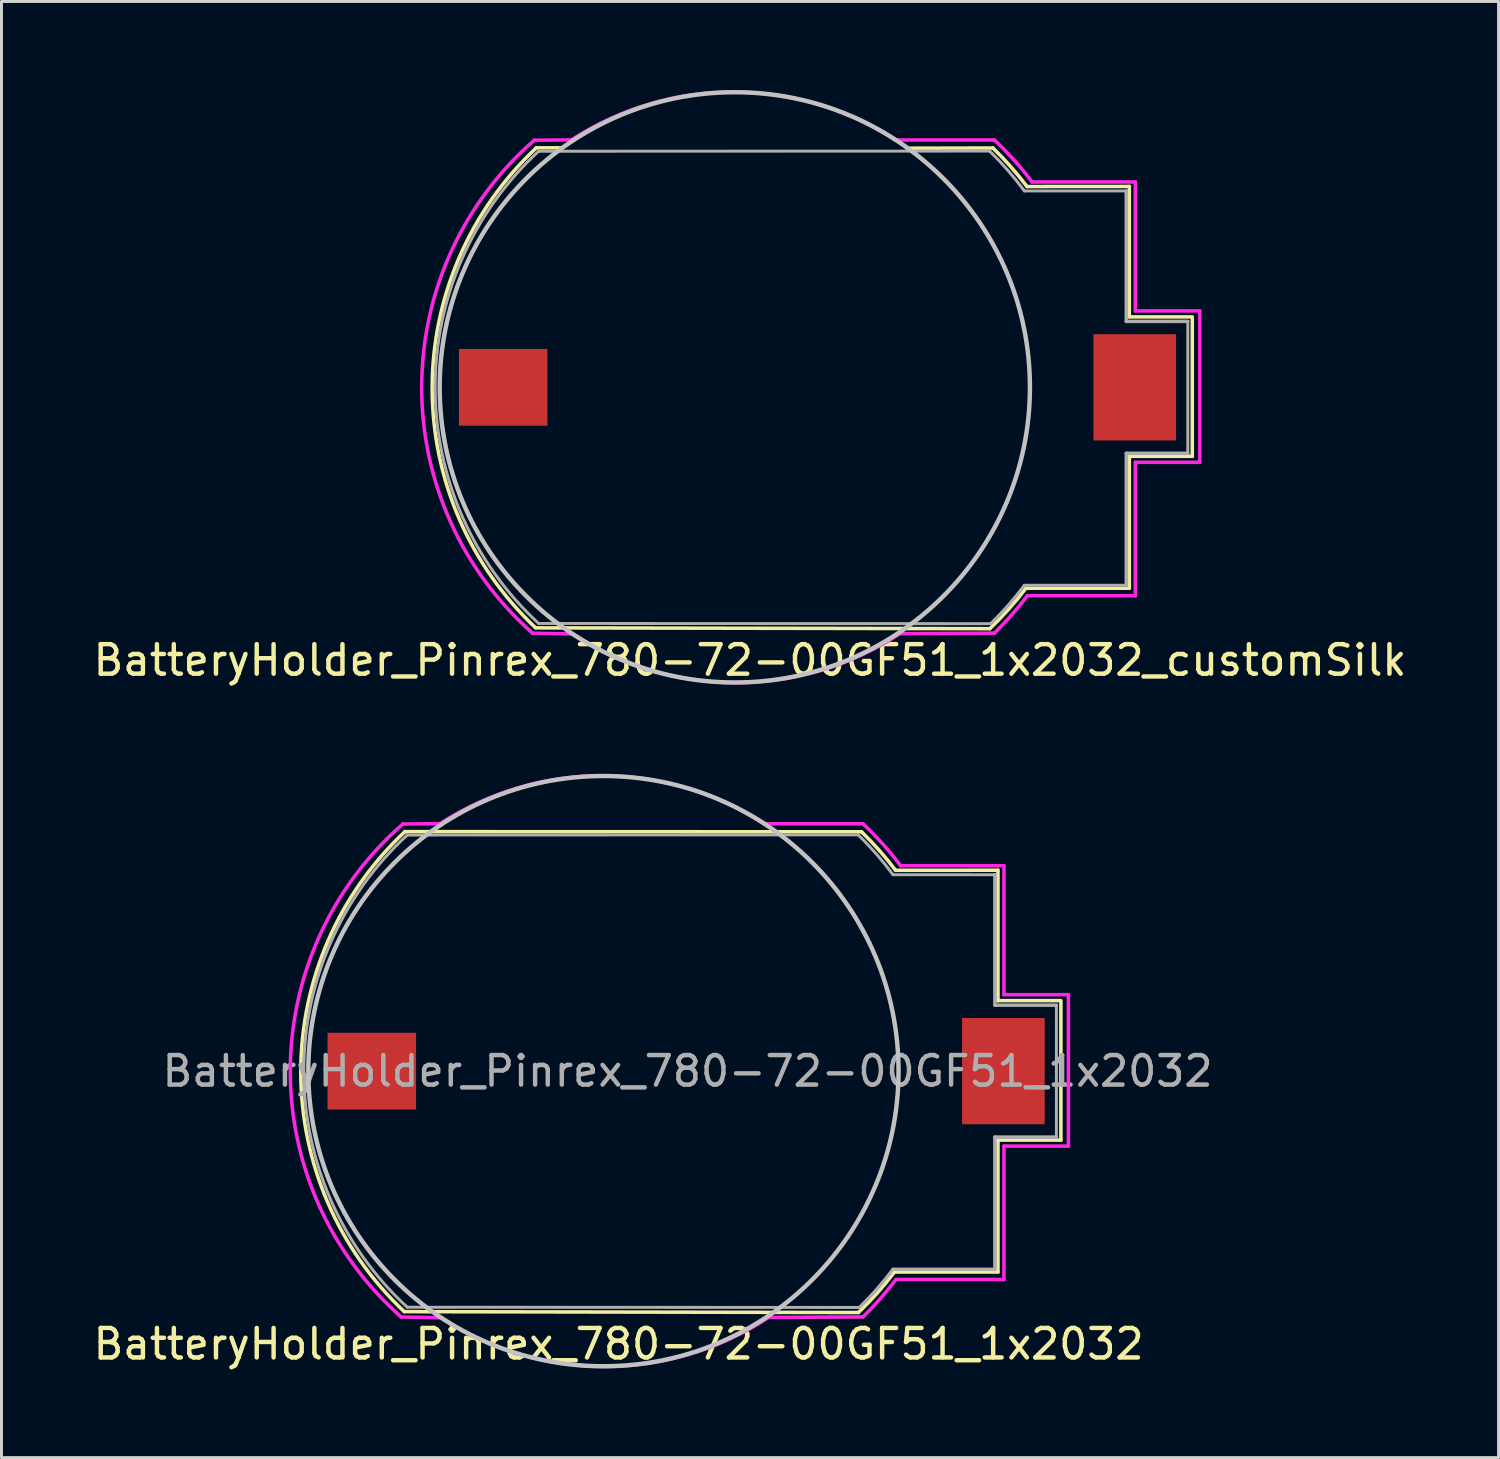
<source format=kicad_pcb>
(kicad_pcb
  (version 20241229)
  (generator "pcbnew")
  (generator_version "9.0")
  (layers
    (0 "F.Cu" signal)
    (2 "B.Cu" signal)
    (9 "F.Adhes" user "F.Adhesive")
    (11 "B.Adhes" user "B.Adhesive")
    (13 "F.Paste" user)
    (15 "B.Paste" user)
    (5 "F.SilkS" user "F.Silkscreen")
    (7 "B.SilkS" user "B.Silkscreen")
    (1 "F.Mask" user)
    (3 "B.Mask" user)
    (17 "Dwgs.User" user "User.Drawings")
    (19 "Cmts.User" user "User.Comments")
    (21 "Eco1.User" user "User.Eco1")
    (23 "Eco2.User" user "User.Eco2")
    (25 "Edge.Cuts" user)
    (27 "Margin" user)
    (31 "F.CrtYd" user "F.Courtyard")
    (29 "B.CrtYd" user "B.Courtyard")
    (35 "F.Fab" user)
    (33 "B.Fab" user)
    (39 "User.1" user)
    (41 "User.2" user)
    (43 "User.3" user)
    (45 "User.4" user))
  (footprint "BatteryHolder_Pinrex_780-72-00GF51_1x2032_customSilk"
    (layer "F.Cu")
    (at 24.7 10.075)
    (property "Reference" "BatteryHolder_Pinrex_780-72-00GF51_1x2032_customSilk" (at -2.337 9.246 0) (layer "F.SilkS") (effects (font (size 1 1) (thickness 0.15))))
    (attr smd)
    (fp_line (start -9.601 8.149) (end 5.789 8.177) (stroke (width 0.12) (type solid)) (layer "F.SilkS"))
    (fp_line (start -9.578 -8.115) (end -8.7 -8.115) (stroke (width 0.12) (type solid)) (layer "F.SilkS"))
    (fp_line (start 5.893 -8.11) (end 3.023 -8.103) (stroke (width 0.12) (type solid)) (layer "F.SilkS"))
    (fp_line (start 7.048 -6.804) (end 10.516 -6.807) (stroke (width 0.12) (type solid)) (layer "F.SilkS"))
    (fp_line (start 10.516 -2.388) (end 10.516 -6.807) (stroke (width 0.12) (type solid)) (layer "F.SilkS"))
    (fp_line (start 10.516 6.807) (end 7.01 6.807) (stroke (width 0.12) (type solid)) (layer "F.SilkS"))
    (fp_line (start 10.516 6.807) (end 10.516 2.337) (stroke (width 0.12) (type solid)) (layer "F.SilkS"))
    (fp_line (start 12.649 -2.388) (end 10.516 -2.388) (stroke (width 0.12) (type solid)) (layer "F.SilkS"))
    (fp_line (start 12.649 2.337) (end 10.516 2.337) (stroke (width 0.12) (type solid)) (layer "F.SilkS"))
    (fp_line (start 12.649 2.337) (end 12.649 -2.337) (stroke (width 0.12) (type solid)) (layer "F.SilkS"))
    (fp_arc (start -9.6012 8.148523) (mid -13.1064 0.011459) (end -9.577771 -8.115472) (stroke (width 0.12) (type solid)) (layer "F.SilkS"))
    (fp_arc (start 5.8928 -8.11) (mid 6.495962 -7.479388) (end 7.048235 -6.803761) (stroke (width 0.12) (type solid)) (layer "F.SilkS"))
    (fp_arc (start 7.0104 6.8072) (mid 6.427829 7.516939) (end 5.789116 8.176609) (stroke (width 0.12) (type solid)) (layer "F.SilkS"))
    (fp_circle (center -2.852 0) (end 7.148 0) (stroke (width 0.15) (type solid)) (fill no) (layer "Dwgs.User"))
    (fp_line (start -9.703 8.331) (end -8.357 8.357) (stroke (width 0.12) (type solid)) (layer "F.CrtYd"))
    (fp_line (start -9.646 -8.374) (end -8.385 -8.386) (stroke (width 0.12) (type solid)) (layer "F.CrtYd"))
    (fp_line (start 2.742 8.346) (end 5.943 8.329) (stroke (width 0.12) (type solid)) (layer "F.CrtYd"))
    (fp_line (start 5.944 -8.382) (end 2.591 -8.382) (stroke (width 0.12) (type solid)) (layer "F.CrtYd"))
    (fp_line (start 7.214 -6.96) (end 10.719 -6.96) (stroke (width 0.12) (type solid)) (layer "F.CrtYd"))
    (fp_line (start 10.719 -6.96) (end 10.719 -2.591) (stroke (width 0.12) (type solid)) (layer "F.CrtYd"))
    (fp_line (start 10.719 -2.591) (end 12.903 -2.591) (stroke (width 0.12) (type solid)) (layer "F.CrtYd"))
    (fp_line (start 10.719 2.54) (end 10.719 7.061) (stroke (width 0.12) (type solid)) (layer "F.CrtYd"))
    (fp_line (start 10.719 2.54) (end 12.903 2.54) (stroke (width 0.12) (type solid)) (layer "F.CrtYd"))
    (fp_line (start 10.719 7.061) (end 7.061 7.06) (stroke (width 0.12) (type solid)) (layer "F.CrtYd"))
    (fp_line (start 12.903 2.54) (end 12.903 -2.591) (stroke (width 0.12) (type solid)) (layer "F.CrtYd"))
    (fp_arc (start -9.7028 8.3312) (mid -13.462002 -0.034348) (end -9.645523 -8.373922) (stroke (width 0.12) (type solid)) (layer "F.CrtYd"))
    (fp_arc (start -8.384878 -8.386442) (mid -2.896382 -10.007753) (end 2.5908 -8.382) (stroke (width 0.12) (type solid)) (layer "F.CrtYd"))
    (fp_arc (start 2.741547 8.345726) (mid -2.805903 10.007909) (end -8.3566 8.3566) (stroke (width 0.12) (type solid)) (layer "F.CrtYd"))
    (fp_arc (start 5.9436 -8.382) (mid 6.61157 -7.69895) (end 7.218942 -6.961494) (stroke (width 0.12) (type solid)) (layer "F.CrtYd"))
    (fp_arc (start 7.0612 7.05955) (mid 6.526256 7.715541) (end 5.943329 8.329289) (stroke (width 0.12) (type solid)) (layer "F.CrtYd"))
    (fp_line (start -9.5 -8) (end 5.783 -8.006) (stroke (width 0.1) (type solid)) (layer "F.Fab"))
    (fp_line (start -9.5 8) (end 5.817 8.007) (stroke (width 0.1) (type solid)) (layer "F.Fab"))
    (fp_line (start 6.96 -6.655) (end 10.414 -6.655) (stroke (width 0.1) (type solid)) (layer "F.Fab"))
    (fp_line (start 10.414 -6.655) (end 10.414 -2.235) (stroke (width 0.12) (type solid)) (layer "F.Fab"))
    (fp_line (start 10.414 2.235) (end 12.497 2.235) (stroke (width 0.12) (type solid)) (layer "F.Fab"))
    (fp_line (start 10.414 6.706) (end 6.96 6.706) (stroke (width 0.1) (type solid)) (layer "F.Fab"))
    (fp_line (start 10.414 6.706) (end 10.414 2.235) (stroke (width 0.12) (type solid)) (layer "F.Fab"))
    (fp_line (start 12.497 -2.235) (end 10.414 -2.235) (stroke (width 0.12) (type solid)) (layer "F.Fab"))
    (fp_line (start 12.497 -2.235) (end 12.497 2.235) (stroke (width 0.1) (type solid)) (layer "F.Fab"))
    (fp_arc (start -9.4996 7.999992) (mid -13.0048 -0.000007) (end -9.499602 -8.000006) (stroke (width 0.1) (type solid)) (layer "F.Fab"))
    (fp_arc (start 5.782711 -8.005682) (mid 6.398223 -7.353822) (end 6.9596 -6.6548) (stroke (width 0.1) (type solid)) (layer "F.Fab"))
    (fp_arc (start 6.9596 6.7056) (mid 6.413689 7.378387) (end 5.817339 8.006899) (stroke (width 0.1) (type solid)) (layer "F.Fab"))
    (pad "1" smd rect (at -10.7 0) (size 3 2.6) (layers "F.Cu" "F.Mask" "F.Paste"))
    (pad "2" smd rect (at 10.7 0) (size 2.8 3.6) (layers "F.Cu" "F.Mask" "F.Paste")))
  (footprint "BatteryHolder_Pinrex_780-72-00GF51_1x2032"
    (layer "F.Cu")
    (at 20.248 33.244)
    (property "Reference" "BatteryHolder_Pinrex_780-72-00GF51_1x2032" (at -2.337 9.246 0) (layer "F.SilkS") (effects (font (size 1 1) (thickness 0.15))))
    (attr smd)
    (fp_line (start -9.578 -8.115) (end 5.893 -8.11) (stroke (width 0.12) (type solid)) (layer "F.SilkS"))
    (fp_line (start 5.791 8.179) (end -9.601 8.149) (stroke (width 0.12) (type solid)) (layer "F.SilkS"))
    (fp_line (start 7.048 -6.804) (end 10.516 -6.807) (stroke (width 0.12) (type solid)) (layer "F.SilkS"))
    (fp_line (start 10.516 -2.388) (end 10.516 -6.807) (stroke (width 0.12) (type solid)) (layer "F.SilkS"))
    (fp_line (start 10.516 6.807) (end 7.01 6.807) (stroke (width 0.12) (type solid)) (layer "F.SilkS"))
    (fp_line (start 10.516 6.807) (end 10.516 2.337) (stroke (width 0.12) (type solid)) (layer "F.SilkS"))
    (fp_line (start 12.649 -2.388) (end 10.516 -2.388) (stroke (width 0.12) (type solid)) (layer "F.SilkS"))
    (fp_line (start 12.649 2.337) (end 10.516 2.337) (stroke (width 0.12) (type solid)) (layer "F.SilkS"))
    (fp_line (start 12.649 2.337) (end 12.649 -2.337) (stroke (width 0.12) (type solid)) (layer "F.SilkS"))
    (fp_arc (start -9.6012 8.148523) (mid -13.1064 0.011459) (end -9.577771 -8.115472) (stroke (width 0.12) (type solid)) (layer "F.SilkS"))
    (fp_arc (start 5.8928 -8.11) (mid 6.495962 -7.479388) (end 7.048235 -6.803761) (stroke (width 0.12) (type solid)) (layer "F.SilkS"))
    (fp_arc (start 7.0104 6.8072) (mid 6.427829 7.516939) (end 5.789116 8.176609) (stroke (width 0.12) (type solid)) (layer "F.SilkS"))
    (fp_circle (center -2.852 0) (end 7.148 0) (stroke (width 0.15) (type solid)) (fill no) (layer "Dwgs.User"))
    (fp_line (start -9.703 8.331) (end -8.357 8.357) (stroke (width 0.12) (type solid)) (layer "F.CrtYd"))
    (fp_line (start -9.646 -8.374) (end -8.385 -8.386) (stroke (width 0.12) (type solid)) (layer "F.CrtYd"))
    (fp_line (start 2.742 8.346) (end 5.943 8.329) (stroke (width 0.12) (type solid)) (layer "F.CrtYd"))
    (fp_line (start 5.944 -8.382) (end 2.591 -8.382) (stroke (width 0.12) (type solid)) (layer "F.CrtYd"))
    (fp_line (start 7.214 -6.96) (end 10.719 -6.96) (stroke (width 0.12) (type solid)) (layer "F.CrtYd"))
    (fp_line (start 10.719 -6.96) (end 10.719 -2.591) (stroke (width 0.12) (type solid)) (layer "F.CrtYd"))
    (fp_line (start 10.719 -2.591) (end 12.903 -2.591) (stroke (width 0.12) (type solid)) (layer "F.CrtYd"))
    (fp_line (start 10.719 2.54) (end 10.719 7.061) (stroke (width 0.12) (type solid)) (layer "F.CrtYd"))
    (fp_line (start 10.719 2.54) (end 12.903 2.54) (stroke (width 0.12) (type solid)) (layer "F.CrtYd"))
    (fp_line (start 10.719 7.061) (end 7.061 7.06) (stroke (width 0.12) (type solid)) (layer "F.CrtYd"))
    (fp_line (start 12.903 2.54) (end 12.903 -2.591) (stroke (width 0.12) (type solid)) (layer "F.CrtYd"))
    (fp_arc (start -9.7028 8.3312) (mid -13.462002 -0.034348) (end -9.645523 -8.373922) (stroke (width 0.12) (type solid)) (layer "F.CrtYd"))
    (fp_arc (start -8.384878 -8.386442) (mid -2.896382 -10.007753) (end 2.5908 -8.382) (stroke (width 0.12) (type solid)) (layer "F.CrtYd"))
    (fp_arc (start 2.741547 8.345726) (mid -2.805903 10.007909) (end -8.3566 8.3566) (stroke (width 0.12) (type solid)) (layer "F.CrtYd"))
    (fp_arc (start 5.9436 -8.382) (mid 6.61157 -7.69895) (end 7.218942 -6.961494) (stroke (width 0.12) (type solid)) (layer "F.CrtYd"))
    (fp_arc (start 7.0612 7.05955) (mid 6.526256 7.715541) (end 5.943329 8.329289) (stroke (width 0.12) (type solid)) (layer "F.CrtYd"))
    (fp_line (start -9.5 -8) (end 5.783 -8.006) (stroke (width 0.1) (type solid)) (layer "F.Fab"))
    (fp_line (start -9.5 8) (end 5.817 8.007) (stroke (width 0.1) (type solid)) (layer "F.Fab"))
    (fp_line (start 6.96 -6.655) (end 10.414 -6.655) (stroke (width 0.1) (type solid)) (layer "F.Fab"))
    (fp_line (start 10.414 -6.655) (end 10.414 -2.235) (stroke (width 0.12) (type solid)) (layer "F.Fab"))
    (fp_line (start 10.414 2.235) (end 12.497 2.235) (stroke (width 0.12) (type solid)) (layer "F.Fab"))
    (fp_line (start 10.414 6.706) (end 6.96 6.706) (stroke (width 0.1) (type solid)) (layer "F.Fab"))
    (fp_line (start 10.414 6.706) (end 10.414 2.235) (stroke (width 0.12) (type solid)) (layer "F.Fab"))
    (fp_line (start 12.497 -2.235) (end 10.414 -2.235) (stroke (width 0.12) (type solid)) (layer "F.Fab"))
    (fp_line (start 12.497 -2.235) (end 12.497 2.235) (stroke (width 0.1) (type solid)) (layer "F.Fab"))
    (fp_arc (start -9.4996 7.999992) (mid -13.0048 -0.000007) (end -9.499602 -8.000006) (stroke (width 0.1) (type solid)) (layer "F.Fab"))
    (fp_arc (start 5.782711 -8.005682) (mid 6.398223 -7.353822) (end 6.9596 -6.6548) (stroke (width 0.1) (type solid)) (layer "F.Fab"))
    (fp_arc (start 6.9596 6.7056) (mid 6.413689 7.378387) (end 5.817339 8.006899) (stroke (width 0.1) (type solid)) (layer "F.Fab"))
    (fp_text user "${REFERENCE}" (at 0 0 0) (layer "F.Fab") (effects (font (size 1 1) (thickness 0.15))))
    (pad "1" smd rect (at -10.7 0) (size 3 2.6) (layers "F.Cu" "F.Mask" "F.Paste"))
    (pad "2" smd rect (at 10.7 0) (size 2.8 3.6) (layers "F.Cu" "F.Mask" "F.Paste")))
  (gr_rect
    (start -3 -3)
    (end 47.726 46.338)
    (stroke (width 0.1) (type default))
    (fill no)
    (layer "Edge.Cuts")))
</source>
